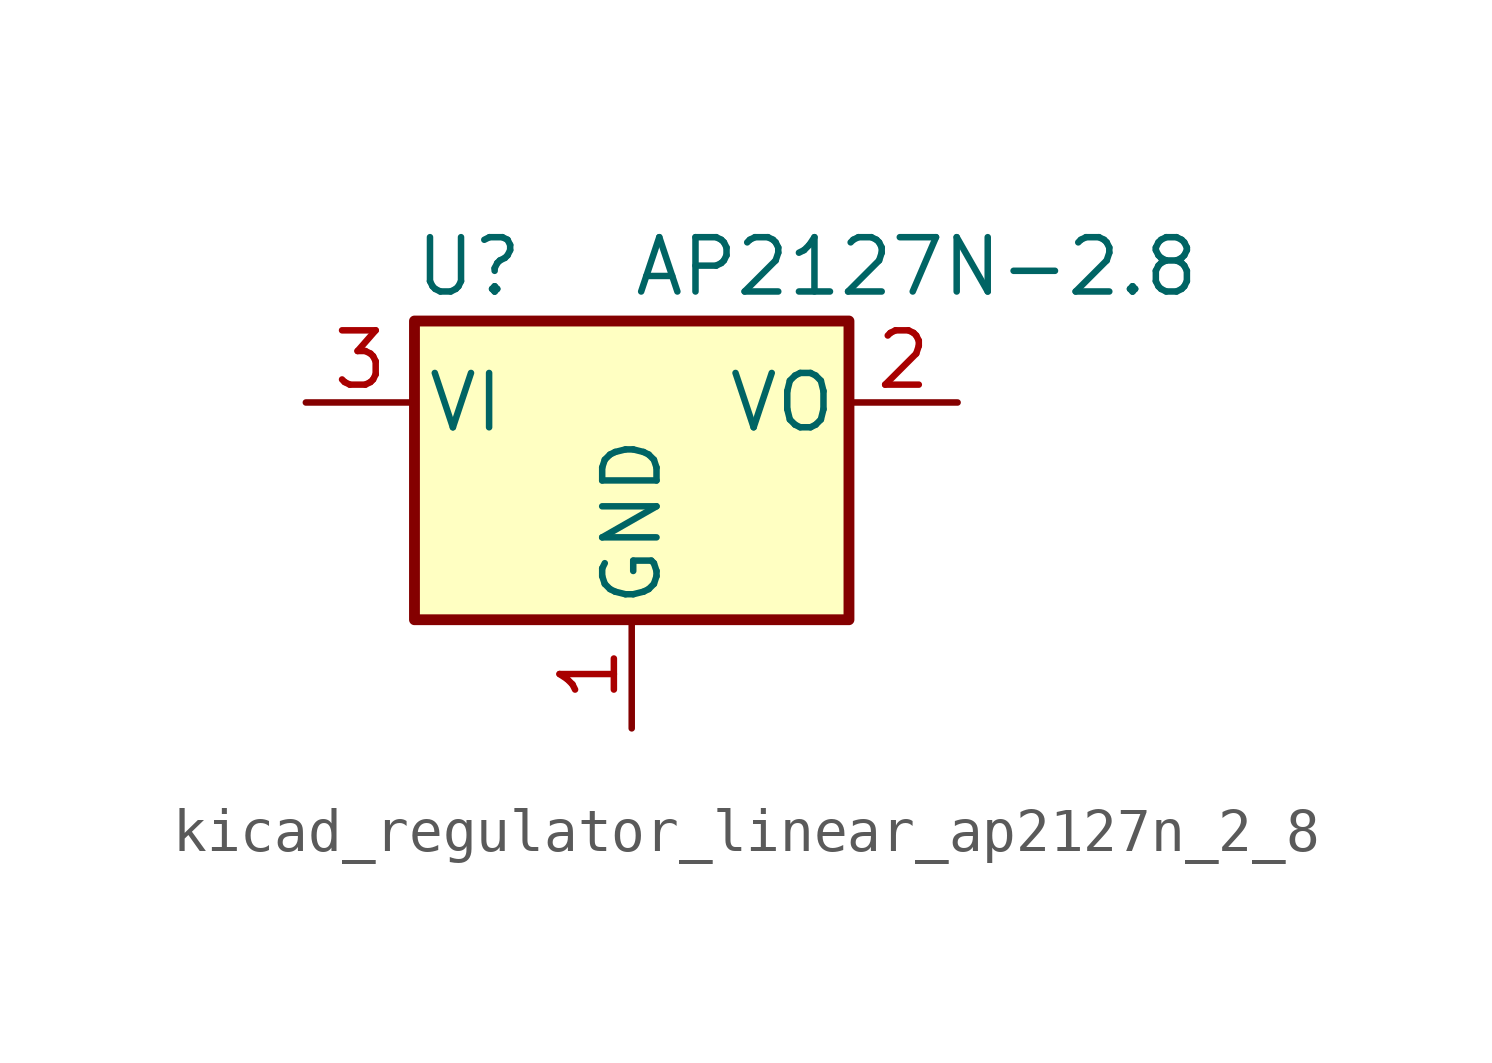
<source format=kicad_sym>
(kicad_symbol_lib
  (version 20220914)
  (generator kicad_symbol_editor)
  (symbol "kicad_regulator_linear_ap2127n_2_8"
    (pin_names
      (offset 0.254))
    (property "Reference" "U"
      (at -3.81 3.175 0)
      (effects (font (size 1.27 1.27))))
    (property "Value" "AP2127N-2.8"
      (at 0 3.175 0)
      (effects (font (size 1.27 1.27)) (justify left)))
    (symbol "kicad_regulator_linear_ap2127n_2_8_0_1"
      (rectangle (start -5.08 1.905) (end 5.08 -5.08) (stroke (width 0.254) (type default)) (fill (type background))))
    (symbol "kicad_regulator_linear_ap2127n_2_8_1_1"
      (pin power_in line (at 0 -7.62 90) (length 2.54) (name "GND" (effects (font (size 1.27 1.27)))) (number "1" (effects (font (size 1.27 1.27)))))
      (pin power_out line (at 7.62 0 180) (length 2.54) (name "VO" (effects (font (size 1.27 1.27)))) (number "2" (effects (font (size 1.27 1.27)))))
      (pin power_in line (at -7.62 0 0) (length 2.54) (name "VI" (effects (font (size 1.27 1.27)))) (number "3" (effects (font (size 1.27 1.27))))))))
</source>
